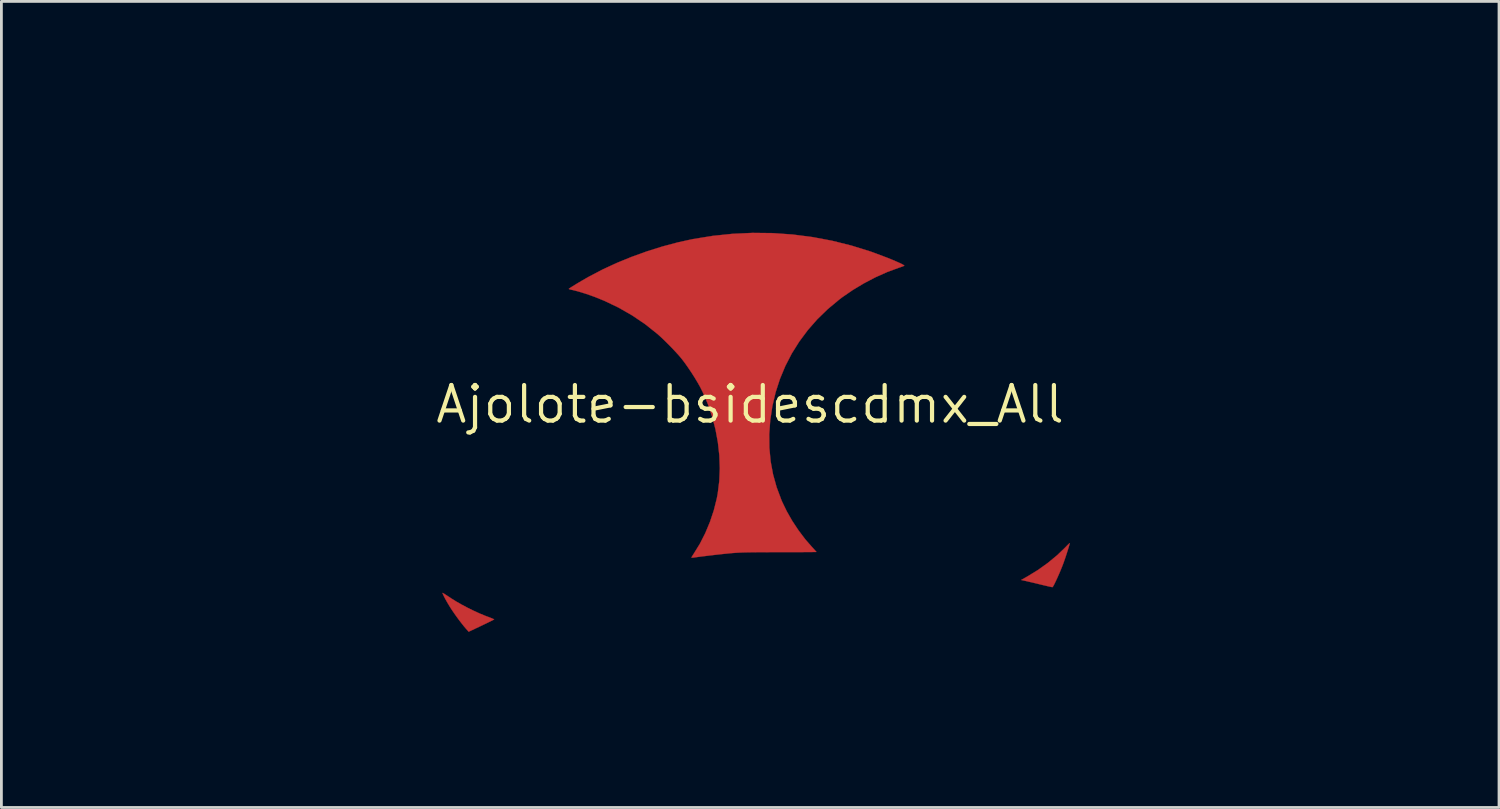
<source format=kicad_pcb>
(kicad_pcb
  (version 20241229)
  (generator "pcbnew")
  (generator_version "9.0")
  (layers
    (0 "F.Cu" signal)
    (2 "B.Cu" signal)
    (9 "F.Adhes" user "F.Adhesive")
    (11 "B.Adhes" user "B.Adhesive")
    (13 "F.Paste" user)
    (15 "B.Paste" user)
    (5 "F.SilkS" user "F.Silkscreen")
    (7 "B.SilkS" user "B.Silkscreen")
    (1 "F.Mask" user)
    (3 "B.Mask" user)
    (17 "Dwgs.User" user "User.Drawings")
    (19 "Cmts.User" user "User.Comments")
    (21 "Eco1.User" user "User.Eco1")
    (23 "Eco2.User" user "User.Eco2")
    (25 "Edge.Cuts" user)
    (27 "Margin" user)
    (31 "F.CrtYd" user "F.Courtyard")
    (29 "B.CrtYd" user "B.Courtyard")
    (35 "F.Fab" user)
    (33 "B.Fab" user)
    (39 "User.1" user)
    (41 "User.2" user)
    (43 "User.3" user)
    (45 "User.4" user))
  (footprint "Ajolote-bsidescdmx_All"
    (layer "F.Cu")
    (at 23.75 11.397)
    (property "Reference" "Ajolote-bsidescdmx_All" (at 0 0 0) (layer "F.SilkS") (effects (font (size 1.27 1.27) (thickness 0.15))))
    (attr through_hole)
    (fp_poly (pts (xy 11.418 4.98) (xy 11.403 5.036) (xy 11.379 5.118) (xy 11.348 5.218) (xy 11.312 5.331) (xy 11.274 5.448) (xy 11.234 5.563) (xy 11.197 5.669) (xy 11.185 5.701) (xy 11.142 5.812) (xy 11.093 5.932) (xy 11.04 6.057) (xy 10.986 6.179) (xy 10.934 6.292) (xy 10.887 6.39) (xy 10.848 6.467) (xy 10.819 6.516) (xy 10.805 6.531) (xy 10.779 6.528) (xy 10.718 6.516) (xy 10.631 6.496) (xy 10.523 6.471) (xy 10.414 6.445) (xy 10.279 6.412) (xy 10.143 6.379) (xy 10.018 6.35) (xy 9.915 6.326) (xy 9.864 6.314) (xy 9.685 6.275) (xy 9.907 6.15) (xy 10.281 5.921) (xy 10.639 5.665) (xy 10.972 5.39) (xy 11.248 5.125) (xy 11.314 5.057) (xy 11.369 5.002) (xy 11.407 4.968) (xy 11.42 4.958) (xy 11.418 4.98)) (stroke (width 0.01) (type solid)) (fill yes) (layer "F.Cu"))
    (fp_poly (pts (xy -10.984 6.736) (xy -10.957 6.751) (xy -10.901 6.786) (xy -10.824 6.836) (xy -10.732 6.896) (xy -10.679 6.932) (xy -10.509 7.039) (xy -10.311 7.152) (xy -10.095 7.267) (xy -9.873 7.376) (xy -9.656 7.475) (xy -9.455 7.558) (xy -9.403 7.577) (xy -9.307 7.613) (xy -9.226 7.645) (xy -9.17 7.669) (xy -9.145 7.682) (xy -9.144 7.683) (xy -9.162 7.695) (xy -9.214 7.722) (xy -9.293 7.761) (xy -9.395 7.811) (xy -9.514 7.868) (xy -9.599 7.909) (xy -10.054 8.124) (xy -10.152 8.015) (xy -10.224 7.93) (xy -10.312 7.819) (xy -10.409 7.692) (xy -10.507 7.558) (xy -10.598 7.428) (xy -10.677 7.311) (xy -10.703 7.271) (xy -10.77 7.161) (xy -10.834 7.053) (xy -10.89 6.952) (xy -10.936 6.864) (xy -10.969 6.795) (xy -10.987 6.75) (xy -10.985 6.735) (xy -10.984 6.736)) (stroke (width 0.01) (type solid)) (fill yes) (layer "F.Cu"))
    (fp_poly (pts (xy 0.807 -6.118) (xy 1.52 -6.068) (xy 2.228 -5.977) (xy 2.93 -5.845) (xy 3.624 -5.672) (xy 4.309 -5.459) (xy 4.897 -5.24) (xy 5.072 -5.169) (xy 5.221 -5.105) (xy 5.343 -5.051) (xy 5.433 -5.007) (xy 5.49 -4.975) (xy 5.511 -4.956) (xy 5.51 -4.953) (xy 5.483 -4.94) (xy 5.426 -4.919) (xy 5.35 -4.892) (xy 5.313 -4.88) (xy 4.9 -4.728) (xy 4.482 -4.541) (xy 4.069 -4.325) (xy 3.669 -4.085) (xy 3.292 -3.826) (xy 3.186 -3.745) (xy 2.777 -3.405) (xy 2.402 -3.041) (xy 2.063 -2.654) (xy 1.759 -2.246) (xy 1.491 -1.819) (xy 1.26 -1.372) (xy 1.067 -0.909) (xy 0.912 -0.43) (xy 0.796 0.064) (xy 0.72 0.572) (xy 0.684 1.069) (xy 0.689 1.556) (xy 0.734 2.034) (xy 0.821 2.504) (xy 0.95 2.966) (xy 1.121 3.422) (xy 1.141 3.47) (xy 1.308 3.816) (xy 1.506 4.164) (xy 1.73 4.502) (xy 1.97 4.82) (xy 2.209 5.094) (xy 2.273 5.163) (xy 2.326 5.221) (xy 2.36 5.26) (xy 2.371 5.273) (xy 2.35 5.275) (xy 2.291 5.276) (xy 2.196 5.277) (xy 2.07 5.278) (xy 1.916 5.279) (xy 1.737 5.28) (xy 1.538 5.281) (xy 1.321 5.281) (xy 1.091 5.281) (xy 1.042 5.281) (xy 0.755 5.281) (xy 0.507 5.282) (xy 0.292 5.283) (xy 0.106 5.285) (xy -0.053 5.287) (xy -0.192 5.29) (xy -0.313 5.294) (xy -0.422 5.299) (xy -0.521 5.305) (xy -0.616 5.312) (xy -0.699 5.319) (xy -0.846 5.334) (xy -1.014 5.351) (xy -1.194 5.371) (xy -1.377 5.392) (xy -1.556 5.414) (xy -1.721 5.434) (xy -1.865 5.453) (xy -1.977 5.469) (xy -2.008 5.474) (xy -2.062 5.479) (xy -2.093 5.476) (xy -2.095 5.473) (xy -2.084 5.45) (xy -2.055 5.402) (xy -2.015 5.339) (xy -2.014 5.338) (xy -1.796 4.985) (xy -1.602 4.603) (xy -1.434 4.201) (xy -1.296 3.787) (xy -1.191 3.37) (xy -1.156 3.185) (xy -1.101 2.743) (xy -1.082 2.288) (xy -1.099 1.823) (xy -1.151 1.356) (xy -1.237 0.891) (xy -1.357 0.434) (xy -1.508 -0.01) (xy -1.691 -0.434) (xy -1.781 -0.614) (xy -1.87 -0.773) (xy -1.978 -0.953) (xy -2.098 -1.141) (xy -2.222 -1.325) (xy -2.342 -1.494) (xy -2.446 -1.63) (xy -2.542 -1.744) (xy -2.662 -1.876) (xy -2.797 -2.02) (xy -2.94 -2.165) (xy -3.082 -2.305) (xy -3.214 -2.429) (xy -3.313 -2.517) (xy -3.75 -2.865) (xy -4.212 -3.177) (xy -4.698 -3.456) (xy -5.209 -3.7) (xy -5.546 -3.837) (xy -5.706 -3.895) (xy -5.873 -3.952) (xy -6.038 -4.004) (xy -6.192 -4.048) (xy -6.323 -4.081) (xy -6.398 -4.097) (xy -6.448 -4.109) (xy -6.476 -4.122) (xy -6.477 -4.125) (xy -6.46 -4.141) (xy -6.411 -4.174) (xy -6.336 -4.221) (xy -6.241 -4.28) (xy -6.132 -4.346) (xy -6.013 -4.416) (xy -5.89 -4.487) (xy -5.769 -4.556) (xy -5.742 -4.571) (xy -5.268 -4.819) (xy -4.762 -5.053) (xy -4.231 -5.27) (xy -3.685 -5.467) (xy -3.133 -5.64) (xy -2.581 -5.787) (xy -2.053 -5.903) (xy -1.34 -6.019) (xy -0.625 -6.093) (xy 0.091 -6.126) (xy 0.807 -6.118)) (stroke (width 0.01) (type solid)) (fill yes) (layer "F.Cu"))
    (fp_poly (pts (xy -16.052 -10.541) (xy -15.871 -10.3) (xy -15.683 -10.09) (xy -15.49 -9.917) (xy -15.295 -9.781) (xy -15.266 -9.764) (xy -15.209 -9.736) (xy -15.119 -9.695) (xy -15.005 -9.645) (xy -14.873 -9.589) (xy -14.731 -9.53) (xy -14.633 -9.491) (xy -14.434 -9.41) (xy -14.269 -9.342) (xy -14.134 -9.283) (xy -14.024 -9.23) (xy -13.934 -9.182) (xy -13.86 -9.136) (xy -13.796 -9.09) (xy -13.737 -9.04) (xy -13.727 -9.031) (xy -13.686 -8.991) (xy -13.65 -8.95) (xy -13.616 -8.903) (xy -13.584 -8.847) (xy -13.551 -8.775) (xy -13.516 -8.685) (xy -13.476 -8.572) (xy -13.429 -8.431) (xy -13.375 -8.258) (xy -13.312 -8.054) (xy -13.22 -7.76) (xy -13.136 -7.504) (xy -13.06 -7.281) (xy -12.989 -7.088) (xy -12.923 -6.922) (xy -12.86 -6.778) (xy -12.822 -6.699) (xy -12.683 -6.445) (xy -12.539 -6.229) (xy -12.383 -6.044) (xy -12.212 -5.886) (xy -12.019 -5.749) (xy -11.801 -5.629) (xy -11.8 -5.629) (xy -11.68 -5.574) (xy -11.555 -5.527) (xy -11.42 -5.484) (xy -11.265 -5.445) (xy -11.085 -5.407) (xy -10.873 -5.368) (xy -10.806 -5.356) (xy -10.627 -5.325) (xy -10.472 -5.295) (xy -10.334 -5.264) (xy -10.204 -5.23) (xy -10.075 -5.189) (xy -9.941 -5.14) (xy -9.793 -5.08) (xy -9.625 -5.006) (xy -9.429 -4.918) (xy -9.347 -4.88) (xy -9.212 -4.815) (xy -9.069 -4.741) (xy -8.923 -4.661) (xy -8.781 -4.579) (xy -8.651 -4.5) (xy -8.538 -4.427) (xy -8.448 -4.364) (xy -8.388 -4.315) (xy -8.378 -4.304) (xy -8.363 -4.284) (xy -8.362 -4.265) (xy -8.378 -4.241) (xy -8.418 -4.204) (xy -8.486 -4.149) (xy -8.505 -4.134) (xy -8.868 -3.834) (xy -9.238 -3.504) (xy -9.607 -3.152) (xy -9.966 -2.788) (xy -10.304 -2.421) (xy -10.509 -2.185) (xy -10.584 -2.096) (xy -10.642 -2.033) (xy -10.691 -1.995) (xy -10.741 -1.977) (xy -10.803 -1.976) (xy -10.885 -1.99) (xy -10.997 -2.015) (xy -11.017 -2.02) (xy -11.367 -2.109) (xy -11.676 -2.209) (xy -11.946 -2.32) (xy -12.175 -2.443) (xy -12.366 -2.577) (xy -12.457 -2.658) (xy -12.514 -2.718) (xy -12.564 -2.779) (xy -12.611 -2.85) (xy -12.661 -2.94) (xy -12.721 -3.059) (xy -12.727 -3.07) (xy -12.789 -3.202) (xy -12.855 -3.351) (xy -12.916 -3.499) (xy -12.966 -3.629) (xy -12.967 -3.63) (xy -13.012 -3.754) (xy -13.06 -3.886) (xy -13.104 -4.011) (xy -13.139 -4.106) (xy -13.271 -4.433) (xy -13.419 -4.726) (xy -13.581 -4.982) (xy -13.755 -5.199) (xy -13.808 -5.254) (xy -13.933 -5.371) (xy -14.066 -5.475) (xy -14.215 -5.572) (xy -14.391 -5.668) (xy -14.506 -5.724) (xy -14.617 -5.779) (xy -14.701 -5.825) (xy -14.77 -5.873) (xy -14.837 -5.928) (xy -14.913 -6.001) (xy -14.929 -6.018) (xy -15.124 -6.239) (xy -15.307 -6.497) (xy -15.475 -6.788) (xy -15.626 -7.109) (xy -15.671 -7.218) (xy -15.737 -7.397) (xy -15.792 -7.57) (xy -15.837 -7.748) (xy -15.876 -7.942) (xy -15.91 -8.162) (xy -15.929 -8.302) (xy -15.951 -8.471) (xy -15.976 -8.662) (xy -16.003 -8.86) (xy -16.029 -9.044) (xy -16.043 -9.138) (xy -16.088 -9.463) (xy -16.123 -9.755) (xy -16.148 -10.013) (xy -16.163 -10.235) (xy -16.168 -10.418) (xy -16.167 -10.467) (xy -16.161 -10.7) (xy -16.052 -10.541)) (stroke (width 0.01) (type solid)) (fill yes) (layer "F.Mask"))
    (fp_poly (pts (xy 16.152 -11.315) (xy 16.159 -11.23) (xy 16.158 -11.108) (xy 16.15 -10.95) (xy 16.135 -10.76) (xy 16.113 -10.542) (xy 16.085 -10.298) (xy 16.051 -10.032) (xy 16.013 -9.757) (xy 15.991 -9.608) (xy 15.967 -9.434) (xy 15.942 -9.251) (xy 15.919 -9.076) (xy 15.906 -8.979) (xy 15.87 -8.726) (xy 15.831 -8.506) (xy 15.785 -8.308) (xy 15.729 -8.121) (xy 15.661 -7.936) (xy 15.577 -7.742) (xy 15.504 -7.588) (xy 15.355 -7.307) (xy 15.199 -7.062) (xy 15.033 -6.849) (xy 14.922 -6.729) (xy 14.843 -6.65) (xy 14.776 -6.591) (xy 14.711 -6.543) (xy 14.636 -6.499) (xy 14.538 -6.449) (xy 14.489 -6.425) (xy 14.294 -6.327) (xy 14.131 -6.232) (xy 13.991 -6.134) (xy 13.864 -6.027) (xy 13.787 -5.953) (xy 13.687 -5.846) (xy 13.596 -5.737) (xy 13.511 -5.62) (xy 13.431 -5.49) (xy 13.352 -5.344) (xy 13.272 -5.176) (xy 13.19 -4.982) (xy 13.101 -4.757) (xy 13.005 -4.497) (xy 12.982 -4.434) (xy 12.929 -4.29) (xy 12.868 -4.138) (xy 12.806 -3.989) (xy 12.749 -3.858) (xy 12.716 -3.789) (xy 12.659 -3.674) (xy 12.611 -3.588) (xy 12.565 -3.518) (xy 12.513 -3.454) (xy 12.447 -3.385) (xy 12.427 -3.365) (xy 12.302 -3.254) (xy 12.159 -3.155) (xy 11.99 -3.062) (xy 11.789 -2.972) (xy 11.726 -2.947) (xy 11.562 -2.888) (xy 11.367 -2.829) (xy 11.155 -2.773) (xy 10.938 -2.723) (xy 10.728 -2.682) (xy 10.573 -2.658) (xy 10.521 -2.654) (xy 10.486 -2.664) (xy 10.451 -2.696) (xy 10.417 -2.736) (xy 10.254 -2.931) (xy 10.061 -3.143) (xy 9.842 -3.368) (xy 9.603 -3.6) (xy 9.349 -3.834) (xy 9.086 -4.067) (xy 8.818 -4.292) (xy 8.551 -4.504) (xy 8.43 -4.597) (xy 8.336 -4.669) (xy 8.256 -4.732) (xy 8.195 -4.782) (xy 8.158 -4.815) (xy 8.149 -4.825) (xy 8.166 -4.854) (xy 8.214 -4.901) (xy 8.288 -4.962) (xy 8.382 -5.033) (xy 8.492 -5.11) (xy 8.549 -5.148) (xy 8.643 -5.205) (xy 8.767 -5.276) (xy 8.913 -5.355) (xy 9.075 -5.44) (xy 9.246 -5.527) (xy 9.419 -5.613) (xy 9.585 -5.693) (xy 9.74 -5.765) (xy 9.874 -5.825) (xy 9.982 -5.87) (xy 10.02 -5.883) (xy 10.113 -5.915) (xy 10.202 -5.942) (xy 10.295 -5.966) (xy 10.399 -5.99) (xy 10.521 -6.014) (xy 10.67 -6.041) (xy 10.854 -6.073) (xy 10.858 -6.074) (xy 10.996 -6.098) (xy 11.136 -6.126) (xy 11.265 -6.153) (xy 11.371 -6.179) (xy 11.419 -6.191) (xy 11.704 -6.293) (xy 11.962 -6.428) (xy 12.196 -6.597) (xy 12.406 -6.8) (xy 12.592 -7.037) (xy 12.756 -7.311) (xy 12.782 -7.361) (xy 12.834 -7.468) (xy 12.884 -7.575) (xy 12.931 -7.688) (xy 12.979 -7.811) (xy 13.029 -7.949) (xy 13.084 -8.108) (xy 13.144 -8.293) (xy 13.213 -8.509) (xy 13.282 -8.731) (xy 13.349 -8.948) (xy 13.407 -9.128) (xy 13.456 -9.276) (xy 13.499 -9.394) (xy 13.537 -9.489) (xy 13.572 -9.562) (xy 13.604 -9.619) (xy 13.637 -9.664) (xy 13.649 -9.678) (xy 13.702 -9.733) (xy 13.759 -9.784) (xy 13.825 -9.832) (xy 13.903 -9.88) (xy 13.999 -9.93) (xy 14.117 -9.986) (xy 14.262 -10.049) (xy 14.438 -10.121) (xy 14.632 -10.199) (xy 14.775 -10.256) (xy 14.912 -10.313) (xy 15.037 -10.366) (xy 15.141 -10.413) (xy 15.218 -10.449) (xy 15.246 -10.463) (xy 15.442 -10.594) (xy 15.638 -10.766) (xy 15.832 -10.977) (xy 16.023 -11.225) (xy 16.031 -11.236) (xy 16.14 -11.392) (xy 16.152 -11.315)) (stroke (width 0.01) (type solid)) (fill yes) (layer "F.Mask"))
    (fp_poly (pts (xy 22.707 -8.446) (xy 22.711 -8.41) (xy 22.712 -8.375) (xy 22.705 -8.287) (xy 22.685 -8.175) (xy 22.65 -8.037) (xy 22.602 -7.872) (xy 22.538 -7.679) (xy 22.459 -7.456) (xy 22.363 -7.201) (xy 22.251 -6.912) (xy 22.121 -6.589) (xy 21.974 -6.229) (xy 21.973 -6.225) (xy 21.859 -5.948) (xy 21.761 -5.705) (xy 21.678 -5.49) (xy 21.607 -5.297) (xy 21.548 -5.122) (xy 21.499 -4.958) (xy 21.459 -4.8) (xy 21.426 -4.644) (xy 21.399 -4.483) (xy 21.377 -4.313) (xy 21.357 -4.127) (xy 21.34 -3.92) (xy 21.326 -3.736) (xy 21.304 -3.471) (xy 21.282 -3.244) (xy 21.258 -3.049) (xy 21.23 -2.882) (xy 21.199 -2.738) (xy 21.162 -2.611) (xy 21.12 -2.497) (xy 21.073 -2.395) (xy 21.008 -2.278) (xy 20.936 -2.172) (xy 20.853 -2.073) (xy 20.755 -1.98) (xy 20.638 -1.889) (xy 20.498 -1.799) (xy 20.333 -1.706) (xy 20.138 -1.607) (xy 19.909 -1.501) (xy 19.674 -1.397) (xy 19.403 -1.277) (xy 19.154 -1.163) (xy 18.931 -1.056) (xy 18.738 -0.959) (xy 18.579 -0.872) (xy 18.503 -0.827) (xy 18.217 -0.636) (xy 17.968 -0.433) (xy 17.748 -0.212) (xy 17.552 0.033) (xy 17.375 0.31) (xy 17.267 0.508) (xy 17.203 0.636) (xy 17.144 0.763) (xy 17.085 0.896) (xy 17.026 1.042) (xy 16.961 1.21) (xy 16.888 1.406) (xy 16.845 1.524) (xy 16.766 1.741) (xy 16.696 1.923) (xy 16.634 2.074) (xy 16.577 2.201) (xy 16.522 2.307) (xy 16.467 2.399) (xy 16.409 2.481) (xy 16.345 2.559) (xy 16.293 2.617) (xy 16.13 2.766) (xy 15.929 2.907) (xy 15.688 3.039) (xy 15.409 3.164) (xy 15.089 3.28) (xy 14.729 3.389) (xy 14.616 3.419) (xy 14.389 3.474) (xy 14.15 3.523) (xy 13.907 3.565) (xy 13.667 3.6) (xy 13.438 3.627) (xy 13.226 3.643) (xy 13.04 3.65) (xy 12.887 3.645) (xy 12.887 3.645) (xy 12.809 3.638) (xy 12.809 3.2) (xy 12.804 2.891) (xy 12.788 2.602) (xy 12.759 2.322) (xy 12.716 2.039) (xy 12.656 1.74) (xy 12.592 1.46) (xy 12.458 0.976) (xy 12.297 0.497) (xy 12.104 0.017) (xy 11.877 -0.474) (xy 11.842 -0.545) (xy 11.775 -0.679) (xy 11.709 -0.81) (xy 11.648 -0.928) (xy 11.596 -1.026) (xy 11.558 -1.097) (xy 11.547 -1.116) (xy 11.471 -1.248) (xy 11.572 -1.312) (xy 11.749 -1.416) (xy 11.963 -1.528) (xy 12.206 -1.645) (xy 12.475 -1.765) (xy 12.763 -1.886) (xy 13.065 -2.005) (xy 13.377 -2.12) (xy 13.691 -2.23) (xy 14.003 -2.332) (xy 14.308 -2.424) (xy 14.372 -2.442) (xy 14.469 -2.469) (xy 14.562 -2.493) (xy 14.659 -2.516) (xy 14.764 -2.539) (xy 14.883 -2.563) (xy 15.023 -2.59) (xy 15.188 -2.62) (xy 15.384 -2.655) (xy 15.579 -2.689) (xy 15.741 -2.718) (xy 15.91 -2.75) (xy 16.075 -2.782) (xy 16.224 -2.813) (xy 16.345 -2.84) (xy 16.373 -2.846) (xy 16.786 -2.959) (xy 17.163 -3.091) (xy 17.503 -3.241) (xy 17.805 -3.409) (xy 18.07 -3.595) (xy 18.272 -3.774) (xy 18.402 -3.913) (xy 18.519 -4.059) (xy 18.627 -4.217) (xy 18.728 -4.394) (xy 18.824 -4.594) (xy 18.92 -4.822) (xy 19.018 -5.084) (xy 19.07 -5.236) (xy 19.12 -5.381) (xy 19.17 -5.521) (xy 19.216 -5.646) (xy 19.256 -5.751) (xy 19.287 -5.827) (xy 19.301 -5.857) (xy 19.39 -6.013) (xy 19.497 -6.156) (xy 19.625 -6.29) (xy 19.78 -6.422) (xy 19.966 -6.554) (xy 20.188 -6.691) (xy 20.204 -6.7) (xy 20.439 -6.843) (xy 20.686 -7.007) (xy 20.948 -7.195) (xy 21.23 -7.409) (xy 21.469 -7.599) (xy 21.685 -7.772) (xy 21.871 -7.92) (xy 22.03 -8.045) (xy 22.166 -8.149) (xy 22.28 -8.234) (xy 22.376 -8.301) (xy 22.457 -8.354) (xy 22.524 -8.393) (xy 22.582 -8.422) (xy 22.633 -8.441) (xy 22.648 -8.445) (xy 22.688 -8.455) (xy 22.707 -8.446)) (stroke (width 0.01) (type solid)) (fill yes) (layer "F.Mask"))
    (fp_poly (pts (xy -22.668 -7.747) (xy -22.586 -7.714) (xy -22.48 -7.654) (xy -22.348 -7.568) (xy -22.19 -7.454) (xy -22.003 -7.311) (xy -21.841 -7.182) (xy -21.613 -6.998) (xy -21.413 -6.839) (xy -21.237 -6.7) (xy -21.079 -6.579) (xy -20.936 -6.472) (xy -20.803 -6.376) (xy -20.675 -6.287) (xy -20.548 -6.203) (xy -20.418 -6.12) (xy -20.28 -6.034) (xy -20.193 -5.982) (xy -20.016 -5.873) (xy -19.872 -5.776) (xy -19.753 -5.688) (xy -19.653 -5.603) (xy -19.566 -5.516) (xy -19.506 -5.446) (xy -19.435 -5.353) (xy -19.37 -5.25) (xy -19.308 -5.13) (xy -19.246 -4.989) (xy -19.181 -4.819) (xy -19.11 -4.616) (xy -19.092 -4.561) (xy -19.046 -4.422) (xy -18.997 -4.283) (xy -18.95 -4.153) (xy -18.909 -4.044) (xy -18.879 -3.971) (xy -18.729 -3.664) (xy -18.556 -3.391) (xy -18.358 -3.148) (xy -18.131 -2.932) (xy -17.872 -2.741) (xy -17.578 -2.57) (xy -17.494 -2.529) (xy -17.305 -2.442) (xy -17.109 -2.363) (xy -16.9 -2.29) (xy -16.674 -2.222) (xy -16.427 -2.157) (xy -16.152 -2.095) (xy -15.846 -2.033) (xy -15.504 -1.971) (xy -15.423 -1.957) (xy -15.227 -1.923) (xy -15.05 -1.889) (xy -14.884 -1.855) (xy -14.726 -1.817) (xy -14.569 -1.775) (xy -14.409 -1.728) (xy -14.239 -1.672) (xy -14.055 -1.608) (xy -13.85 -1.532) (xy -13.62 -1.444) (xy -13.358 -1.341) (xy -13.229 -1.29) (xy -13.105 -1.241) (xy -12.964 -1.183) (xy -12.811 -1.12) (xy -12.649 -1.054) (xy -12.485 -0.986) (xy -12.323 -0.918) (xy -12.168 -0.853) (xy -12.024 -0.792) (xy -11.897 -0.737) (xy -11.79 -0.691) (xy -11.71 -0.656) (xy -11.66 -0.633) (xy -11.646 -0.625) (xy -11.653 -0.605) (xy -11.677 -0.556) (xy -11.715 -0.485) (xy -11.758 -0.409) (xy -11.982 0.007) (xy -12.188 0.445) (xy -12.371 0.895) (xy -12.53 1.35) (xy -12.66 1.801) (xy -12.759 2.239) (xy -12.783 2.371) (xy -12.811 2.544) (xy -12.834 2.7) (xy -12.851 2.847) (xy -12.863 2.994) (xy -12.871 3.15) (xy -12.876 3.323) (xy -12.878 3.522) (xy -12.878 3.709) (xy -12.876 4.339) (xy -13.111 4.336) (xy -13.233 4.333) (xy -13.365 4.327) (xy -13.486 4.32) (xy -13.536 4.315) (xy -13.834 4.278) (xy -14.144 4.225) (xy -14.459 4.156) (xy -14.77 4.075) (xy -15.071 3.983) (xy -15.354 3.883) (xy -15.612 3.777) (xy -15.837 3.667) (xy -15.884 3.64) (xy -16.101 3.498) (xy -16.283 3.338) (xy -16.437 3.154) (xy -16.569 2.939) (xy -16.594 2.889) (xy -16.627 2.817) (xy -16.671 2.713) (xy -16.721 2.588) (xy -16.774 2.451) (xy -16.826 2.31) (xy -16.835 2.286) (xy -16.911 2.077) (xy -16.977 1.9) (xy -17.036 1.749) (xy -17.091 1.615) (xy -17.146 1.491) (xy -17.202 1.371) (xy -17.264 1.245) (xy -17.284 1.206) (xy -17.387 1.011) (xy -17.485 0.846) (xy -17.582 0.702) (xy -17.688 0.569) (xy -17.807 0.437) (xy -17.864 0.38) (xy -18 0.252) (xy -18.147 0.129) (xy -18.311 0.01) (xy -18.493 -0.108) (xy -18.699 -0.226) (xy -18.932 -0.349) (xy -19.195 -0.476) (xy -19.492 -0.612) (xy -19.717 -0.71) (xy -19.973 -0.822) (xy -20.192 -0.925) (xy -20.379 -1.02) (xy -20.537 -1.111) (xy -20.67 -1.199) (xy -20.782 -1.288) (xy -20.877 -1.38) (xy -20.958 -1.478) (xy -21.03 -1.585) (xy -21.046 -1.611) (xy -21.1 -1.711) (xy -21.147 -1.818) (xy -21.187 -1.935) (xy -21.222 -2.067) (xy -21.252 -2.22) (xy -21.278 -2.398) (xy -21.302 -2.606) (xy -21.325 -2.849) (xy -21.337 -2.993) (xy -21.355 -3.221) (xy -21.373 -3.423) (xy -21.392 -3.604) (xy -21.413 -3.769) (xy -21.438 -3.924) (xy -21.468 -4.072) (xy -21.505 -4.221) (xy -21.549 -4.374) (xy -21.602 -4.536) (xy -21.665 -4.714) (xy -21.74 -4.911) (xy -21.828 -5.133) (xy -21.931 -5.386) (xy -22.016 -5.594) (xy -22.153 -5.928) (xy -22.272 -6.226) (xy -22.375 -6.491) (xy -22.464 -6.726) (xy -22.538 -6.932) (xy -22.598 -7.113) (xy -22.646 -7.271) (xy -22.683 -7.409) (xy -22.709 -7.529) (xy -22.725 -7.634) (xy -22.726 -7.646) (xy -22.739 -7.767) (xy -22.668 -7.747)) (stroke (width 0.01) (type solid)) (fill yes) (layer "F.Mask"))
    (fp_poly (pts (xy -23.329 0.916) (xy -23.185 0.922) (xy -23.038 0.934) (xy -22.896 0.951) (xy -22.77 0.973) (xy -22.45 1.056) (xy -22.139 1.166) (xy -21.845 1.299) (xy -21.579 1.45) (xy -21.549 1.47) (xy -21.428 1.558) (xy -21.295 1.671) (xy -21.147 1.812) (xy -20.981 1.982) (xy -20.795 2.184) (xy -20.732 2.254) (xy -20.555 2.45) (xy -20.398 2.617) (xy -20.255 2.76) (xy -20.12 2.884) (xy -19.988 2.993) (xy -19.854 3.092) (xy -19.712 3.187) (xy -19.605 3.253) (xy -19.356 3.386) (xy -19.079 3.503) (xy -18.787 3.6) (xy -18.752 3.609) (xy -18.674 3.631) (xy -18.602 3.653) (xy -18.529 3.677) (xy -18.453 3.704) (xy -18.37 3.736) (xy -18.275 3.775) (xy -18.164 3.823) (xy -18.035 3.881) (xy -17.882 3.95) (xy -17.701 4.033) (xy -17.49 4.132) (xy -17.304 4.218) (xy -16.889 4.411) (xy -16.51 4.585) (xy -16.165 4.742) (xy -15.85 4.882) (xy -15.565 5.006) (xy -15.307 5.116) (xy -15.073 5.211) (xy -14.862 5.293) (xy -14.672 5.363) (xy -14.499 5.42) (xy -14.343 5.467) (xy -14.2 5.504) (xy -14.069 5.532) (xy -13.948 5.551) (xy -13.833 5.562) (xy -13.724 5.567) (xy -13.697 5.567) (xy -13.615 5.565) (xy -13.543 5.56) (xy -13.471 5.547) (xy -13.388 5.527) (xy -13.282 5.495) (xy -13.206 5.471) (xy -13.063 5.428) (xy -12.937 5.395) (xy -12.835 5.375) (xy -12.761 5.367) (xy -12.72 5.373) (xy -12.716 5.377) (xy -12.708 5.4) (xy -12.693 5.457) (xy -12.672 5.54) (xy -12.646 5.643) (xy -12.63 5.708) (xy -12.484 6.223) (xy -12.302 6.728) (xy -12.086 7.218) (xy -11.838 7.687) (xy -11.561 8.13) (xy -11.414 8.339) (xy -11.353 8.424) (xy -11.317 8.482) (xy -11.304 8.517) (xy -11.31 8.534) (xy -11.311 8.534) (xy -11.359 8.551) (xy -11.439 8.568) (xy -11.542 8.584) (xy -11.656 8.598) (xy -11.771 8.609) (xy -11.878 8.614) (xy -11.914 8.615) (xy -12.083 8.607) (xy -12.238 8.584) (xy -12.394 8.54) (xy -12.555 8.48) (xy -12.731 8.416) (xy -12.904 8.373) (xy -13.089 8.349) (xy -13.298 8.34) (xy -13.329 8.34) (xy -13.463 8.342) (xy -13.591 8.349) (xy -13.717 8.363) (xy -13.847 8.384) (xy -13.988 8.414) (xy -14.144 8.454) (xy -14.322 8.506) (xy -14.527 8.57) (xy -14.765 8.648) (xy -14.8 8.659) (xy -15.024 8.733) (xy -15.215 8.793) (xy -15.377 8.841) (xy -15.516 8.877) (xy -15.637 8.905) (xy -15.747 8.924) (xy -15.85 8.936) (xy -15.953 8.942) (xy -15.96 8.942) (xy -16.058 8.945) (xy -16.145 8.945) (xy -16.21 8.943) (xy -16.235 8.94) (xy -16.423 8.887) (xy -16.624 8.799) (xy -16.834 8.678) (xy -16.954 8.596) (xy -17.028 8.542) (xy -17.103 8.484) (xy -17.181 8.42) (xy -17.268 8.346) (xy -17.366 8.258) (xy -17.48 8.153) (xy -17.614 8.029) (xy -17.771 7.88) (xy -17.913 7.745) (xy -18.037 7.628) (xy -18.163 7.512) (xy -18.284 7.403) (xy -18.393 7.307) (xy -18.484 7.23) (xy -18.545 7.181) (xy -18.836 6.982) (xy -19.136 6.819) (xy -19.454 6.69) (xy -19.797 6.589) (xy -19.821 6.583) (xy -19.956 6.551) (xy -20.11 6.514) (xy -20.262 6.478) (xy -20.357 6.455) (xy -20.62 6.379) (xy -20.847 6.283) (xy -21.038 6.168) (xy -21.143 6.083) (xy -21.217 6.009) (xy -21.277 5.936) (xy -21.314 5.875) (xy -21.314 5.875) (xy -21.342 5.801) (xy -21.372 5.702) (xy -21.405 5.575) (xy -21.443 5.416) (xy -21.485 5.225) (xy -21.532 4.997) (xy -21.585 4.73) (xy -21.589 4.706) (xy -21.641 4.446) (xy -21.688 4.223) (xy -21.732 4.033) (xy -21.773 3.871) (xy -21.812 3.734) (xy -21.852 3.616) (xy -21.893 3.512) (xy -21.908 3.477) (xy -21.977 3.344) (xy -22.065 3.208) (xy -22.174 3.067) (xy -22.308 2.918) (xy -22.469 2.758) (xy -22.661 2.582) (xy -22.881 2.392) (xy -22.997 2.294) (xy -23.109 2.197) (xy -23.212 2.106) (xy -23.299 2.028) (xy -23.362 1.97) (xy -23.376 1.956) (xy -23.528 1.782) (xy -23.639 1.607) (xy -23.711 1.428) (xy -23.743 1.241) (xy -23.745 1.132) (xy -23.738 0.965) (xy -23.643 0.936) (xy -23.568 0.922) (xy -23.46 0.916) (xy -23.329 0.916)) (stroke (width 0.01) (type solid)) (fill yes) (layer "F.Mask"))
    (fp_poly (pts (xy 23.518 0.21) (xy 23.672 0.236) (xy 23.755 0.257) (xy 23.744 0.462) (xy 23.734 0.584) (xy 23.715 0.695) (xy 23.684 0.799) (xy 23.639 0.9) (xy 23.576 1.002) (xy 23.494 1.108) (xy 23.389 1.222) (xy 23.258 1.349) (xy 23.099 1.491) (xy 22.909 1.654) (xy 22.871 1.687) (xy 22.684 1.846) (xy 22.52 1.99) (xy 22.377 2.123) (xy 22.253 2.251) (xy 22.145 2.376) (xy 22.051 2.503) (xy 21.97 2.637) (xy 21.899 2.781) (xy 21.835 2.94) (xy 21.777 3.118) (xy 21.722 3.318) (xy 21.668 3.547) (xy 21.613 3.806) (xy 21.555 4.101) (xy 21.526 4.255) (xy 21.474 4.52) (xy 21.425 4.745) (xy 21.38 4.929) (xy 21.338 5.073) (xy 21.299 5.179) (xy 21.291 5.197) (xy 21.241 5.271) (xy 21.16 5.354) (xy 21.056 5.44) (xy 20.935 5.523) (xy 20.849 5.573) (xy 20.753 5.62) (xy 20.64 5.664) (xy 20.504 5.708) (xy 20.339 5.753) (xy 20.14 5.8) (xy 20.045 5.822) (xy 19.793 5.881) (xy 19.574 5.942) (xy 19.377 6.009) (xy 19.194 6.084) (xy 19.123 6.116) (xy 18.998 6.177) (xy 18.881 6.241) (xy 18.766 6.312) (xy 18.649 6.391) (xy 18.527 6.483) (xy 18.394 6.591) (xy 18.248 6.718) (xy 18.083 6.867) (xy 17.896 7.042) (xy 17.767 7.165) (xy 17.606 7.318) (xy 17.47 7.446) (xy 17.355 7.552) (xy 17.257 7.64) (xy 17.17 7.715) (xy 17.09 7.78) (xy 17.012 7.84) (xy 16.932 7.899) (xy 16.923 7.906) (xy 16.731 8.031) (xy 16.546 8.129) (xy 16.374 8.196) (xy 16.362 8.2) (xy 16.275 8.219) (xy 16.163 8.235) (xy 16.044 8.244) (xy 15.934 8.247) (xy 15.847 8.242) (xy 15.843 8.242) (xy 15.73 8.223) (xy 15.612 8.198) (xy 15.482 8.166) (xy 15.335 8.125) (xy 15.164 8.073) (xy 14.963 8.009) (xy 14.867 7.978) (xy 14.616 7.897) (xy 14.4 7.829) (xy 14.214 7.774) (xy 14.051 7.73) (xy 13.908 7.695) (xy 13.778 7.67) (xy 13.657 7.652) (xy 13.54 7.641) (xy 13.421 7.635) (xy 13.324 7.634) (xy 13.122 7.639) (xy 12.944 7.66) (xy 12.775 7.698) (xy 12.597 7.757) (xy 12.535 7.782) (xy 12.367 7.844) (xy 12.218 7.885) (xy 12.074 7.908) (xy 11.92 7.916) (xy 11.897 7.916) (xy 11.78 7.913) (xy 11.663 7.904) (xy 11.557 7.892) (xy 11.472 7.876) (xy 11.417 7.858) (xy 11.413 7.855) (xy 11.41 7.836) (xy 11.427 7.79) (xy 11.466 7.717) (xy 11.527 7.612) (xy 11.569 7.544) (xy 11.662 7.387) (xy 11.763 7.206) (xy 11.868 7.009) (xy 11.97 6.808) (xy 12.065 6.614) (xy 12.146 6.436) (xy 12.201 6.308) (xy 12.253 6.174) (xy 12.307 6.022) (xy 12.364 5.856) (xy 12.42 5.683) (xy 12.474 5.509) (xy 12.525 5.339) (xy 12.57 5.181) (xy 12.607 5.039) (xy 12.636 4.92) (xy 12.653 4.83) (xy 12.658 4.782) (xy 12.669 4.752) (xy 12.708 4.742) (xy 12.72 4.741) (xy 12.778 4.745) (xy 12.867 4.754) (xy 12.978 4.768) (xy 13.101 4.785) (xy 13.225 4.804) (xy 13.341 4.823) (xy 13.43 4.84) (xy 13.631 4.863) (xy 13.851 4.855) (xy 14.094 4.817) (xy 14.224 4.786) (xy 14.356 4.75) (xy 14.491 4.71) (xy 14.631 4.665) (xy 14.78 4.614) (xy 14.94 4.554) (xy 15.114 4.487) (xy 15.305 4.409) (xy 15.515 4.32) (xy 15.747 4.219) (xy 16.004 4.105) (xy 16.289 3.977) (xy 16.603 3.834) (xy 16.951 3.673) (xy 17.293 3.514) (xy 17.531 3.404) (xy 17.734 3.31) (xy 17.906 3.231) (xy 18.053 3.165) (xy 18.177 3.11) (xy 18.283 3.065) (xy 18.374 3.028) (xy 18.455 2.997) (xy 18.529 2.971) (xy 18.601 2.948) (xy 18.675 2.926) (xy 18.731 2.911) (xy 19.081 2.797) (xy 19.407 2.654) (xy 19.715 2.478) (xy 20.011 2.265) (xy 20.209 2.098) (xy 20.266 2.045) (xy 20.344 1.965) (xy 20.44 1.866) (xy 20.546 1.753) (xy 20.657 1.632) (xy 20.754 1.525) (xy 20.917 1.346) (xy 21.058 1.195) (xy 21.183 1.068) (xy 21.296 0.962) (xy 21.402 0.872) (xy 21.507 0.793) (xy 21.614 0.722) (xy 21.73 0.655) (xy 21.859 0.586) (xy 21.863 0.584) (xy 22.099 0.475) (xy 22.346 0.383) (xy 22.597 0.308) (xy 22.847 0.252) (xy 23.088 0.216) (xy 23.314 0.202) (xy 23.518 0.21)) (stroke (width 0.01) (type solid)) (fill yes) (layer "F.Mask"))
    (fp_poly (pts (xy -7.185 -2.2) (xy -6.926 -2.161) (xy -6.637 -2.095) (xy -6.556 -2.072) (xy -6.144 -1.936) (xy -5.746 -1.763) (xy -5.364 -1.555) (xy -5.001 -1.316) (xy -4.663 -1.047) (xy -4.352 -0.751) (xy -4.072 -0.432) (xy -3.867 -0.152) (xy -3.779 -0.011) (xy -3.686 0.159) (xy -3.592 0.344) (xy -3.505 0.533) (xy -3.43 0.713) (xy -3.377 0.857) (xy -3.271 1.237) (xy -3.2 1.625) (xy -3.163 2.014) (xy -3.162 2.398) (xy -3.197 2.774) (xy -3.267 3.134) (xy -3.295 3.239) (xy -3.421 3.607) (xy -3.584 3.96) (xy -3.78 4.295) (xy -4.007 4.608) (xy -4.262 4.897) (xy -4.542 5.158) (xy -4.845 5.389) (xy -5.168 5.586) (xy -5.509 5.747) (xy -5.534 5.757) (xy -5.765 5.834) (xy -6.026 5.897) (xy -6.305 5.943) (xy -6.593 5.972) (xy -6.879 5.98) (xy -7.027 5.976) (xy -7.432 5.94) (xy -7.826 5.872) (xy -8.207 5.774) (xy -8.571 5.648) (xy -8.914 5.495) (xy -9.234 5.317) (xy -9.525 5.114) (xy -9.786 4.89) (xy -9.963 4.702) (xy -10.17 4.436) (xy -10.343 4.156) (xy -10.483 3.858) (xy -10.594 3.536) (xy -10.672 3.214) (xy -10.689 3.123) (xy -10.701 3.038) (xy -10.71 2.951) (xy -10.716 2.852) (xy -10.717 2.809) (xy -8.243 2.809) (xy -8.237 2.962) (xy -8.222 3.099) (xy -8.206 3.175) (xy -8.12 3.42) (xy -7.999 3.647) (xy -7.846 3.851) (xy -7.665 4.028) (xy -7.459 4.176) (xy -7.233 4.291) (xy -7.027 4.359) (xy -6.854 4.39) (xy -6.659 4.402) (xy -6.461 4.394) (xy -6.275 4.366) (xy -6.247 4.36) (xy -6.011 4.282) (xy -5.791 4.169) (xy -5.59 4.023) (xy -5.413 3.849) (xy -5.263 3.652) (xy -5.145 3.435) (xy -5.063 3.203) (xy -5.047 3.134) (xy -5.024 2.976) (xy -5.017 2.798) (xy -5.025 2.617) (xy -5.047 2.452) (xy -5.059 2.401) (xy -5.132 2.182) (xy -5.238 1.971) (xy -5.37 1.777) (xy -5.523 1.608) (xy -5.633 1.514) (xy -5.775 1.42) (xy -5.938 1.332) (xy -6.106 1.259) (xy -6.244 1.213) (xy -6.362 1.191) (xy -6.506 1.179) (xy -6.662 1.176) (xy -6.816 1.183) (xy -6.952 1.199) (xy -7.026 1.215) (xy -7.277 1.305) (xy -7.507 1.43) (xy -7.711 1.587) (xy -7.888 1.774) (xy -8.035 1.987) (xy -8.149 2.224) (xy -8.205 2.393) (xy -8.227 2.51) (xy -8.24 2.653) (xy -8.243 2.809) (xy -10.717 2.809) (xy -10.718 2.732) (xy -10.719 2.581) (xy -10.719 2.529) (xy -10.717 2.326) (xy -10.711 2.153) (xy -10.698 1.998) (xy -10.678 1.849) (xy -10.648 1.692) (xy -10.612 1.533) (xy -9.353 1.533) (xy -9.342 1.667) (xy -9.325 1.724) (xy -9.271 1.819) (xy -9.195 1.885) (xy -9.133 1.911) (xy -9.047 1.914) (xy -8.946 1.881) (xy -8.849 1.824) (xy -8.793 1.779) (xy -8.718 1.711) (xy -8.634 1.626) (xy -8.547 1.534) (xy -8.521 1.504) (xy -8.349 1.311) (xy -8.201 1.147) (xy -8.071 1.011) (xy -7.957 0.899) (xy -7.856 0.809) (xy -7.762 0.736) (xy -7.673 0.679) (xy -7.585 0.634) (xy -7.495 0.599) (xy -7.399 0.569) (xy -7.377 0.564) (xy -7.313 0.549) (xy -7.217 0.529) (xy -7.1 0.507) (xy -6.971 0.483) (xy -6.879 0.466) (xy -6.686 0.431) (xy -6.529 0.399) (xy -6.403 0.367) (xy -6.301 0.336) (xy -6.218 0.302) (xy -6.147 0.264) (xy -6.134 0.256) (xy -6.037 0.172) (xy -5.975 0.068) (xy -5.95 -0.051) (xy -5.963 -0.181) (xy -6.013 -0.318) (xy -6.024 -0.339) (xy -6.122 -0.475) (xy -6.252 -0.585) (xy -6.415 -0.67) (xy -6.609 -0.729) (xy -6.832 -0.761) (xy -7.006 -0.768) (xy -7.3 -0.747) (xy -7.582 -0.686) (xy -7.85 -0.586) (xy -8.104 -0.447) (xy -8.341 -0.27) (xy -8.56 -0.057) (xy -8.718 0.135) (xy -8.874 0.358) (xy -9.011 0.58) (xy -9.127 0.796) (xy -9.221 1.003) (xy -9.291 1.198) (xy -9.335 1.375) (xy -9.353 1.533) (xy -10.612 1.533) (xy -10.609 1.517) (xy -10.582 1.412) (xy -10.48 1.061) (xy -10.349 0.711) (xy -10.195 0.366) (xy -10.019 0.027) (xy -9.823 -0.3) (xy -9.611 -0.613) (xy -9.384 -0.908) (xy -9.146 -1.182) (xy -8.9 -1.432) (xy -8.647 -1.655) (xy -8.39 -1.846) (xy -8.133 -2.003) (xy -7.877 -2.122) (xy -7.8 -2.151) (xy -7.62 -2.194) (xy -7.416 -2.211) (xy -7.185 -2.2)) (stroke (width 0.01) (type solid)) (fill yes) (layer "F.Mask"))
    (fp_poly (pts (xy 7.395 -3.167) (xy 7.546 -3.145) (xy 7.751 -3.08) (xy 7.969 -2.978) (xy 8.194 -2.842) (xy 8.425 -2.676) (xy 8.658 -2.481) (xy 8.89 -2.262) (xy 9.116 -2.019) (xy 9.335 -1.758) (xy 9.541 -1.48) (xy 9.616 -1.371) (xy 9.858 -0.981) (xy 10.066 -0.584) (xy 10.24 -0.185) (xy 10.379 0.216) (xy 10.484 0.616) (xy 10.554 1.012) (xy 10.589 1.403) (xy 10.587 1.784) (xy 10.55 2.155) (xy 10.476 2.512) (xy 10.365 2.854) (xy 10.275 3.061) (xy 10.112 3.355) (xy 9.912 3.633) (xy 9.679 3.893) (xy 9.417 4.129) (xy 9.13 4.337) (xy 8.956 4.443) (xy 8.583 4.629) (xy 8.189 4.78) (xy 7.779 4.894) (xy 7.357 4.971) (xy 6.926 5.009) (xy 6.689 5.013) (xy 6.566 5.012) (xy 6.455 5.009) (xy 6.362 5.007) (xy 6.298 5.004) (xy 6.276 5.002) (xy 5.94 4.95) (xy 5.634 4.876) (xy 5.348 4.777) (xy 5.075 4.65) (xy 4.806 4.492) (xy 4.753 4.457) (xy 4.429 4.217) (xy 4.135 3.949) (xy 3.873 3.656) (xy 3.643 3.34) (xy 3.447 3.004) (xy 3.287 2.65) (xy 3.163 2.282) (xy 3.077 1.902) (xy 3.062 1.782) (xy 5.192 1.782) (xy 5.196 2.037) (xy 5.24 2.286) (xy 5.323 2.526) (xy 5.443 2.752) (xy 5.599 2.958) (xy 5.636 2.999) (xy 5.827 3.171) (xy 6.04 3.308) (xy 6.27 3.41) (xy 6.514 3.474) (xy 6.767 3.499) (xy 7.025 3.485) (xy 7.169 3.459) (xy 7.41 3.385) (xy 7.634 3.273) (xy 7.837 3.128) (xy 8.017 2.951) (xy 8.17 2.747) (xy 8.293 2.517) (xy 8.354 2.36) (xy 8.378 2.286) (xy 8.394 2.219) (xy 8.404 2.15) (xy 8.41 2.067) (xy 8.412 1.958) (xy 8.412 1.894) (xy 8.409 1.719) (xy 8.394 1.572) (xy 8.365 1.439) (xy 8.319 1.306) (xy 8.252 1.159) (xy 8.227 1.111) (xy 8.154 0.994) (xy 8.054 0.866) (xy 7.937 0.738) (xy 7.813 0.622) (xy 7.693 0.526) (xy 7.634 0.488) (xy 7.403 0.377) (xy 7.159 0.303) (xy 6.906 0.268) (xy 6.651 0.272) (xy 6.4 0.316) (xy 6.268 0.357) (xy 6.113 0.418) (xy 5.978 0.49) (xy 5.851 0.58) (xy 5.72 0.695) (xy 5.661 0.751) (xy 5.571 0.844) (xy 5.504 0.922) (xy 5.451 0.997) (xy 5.401 1.082) (xy 5.37 1.143) (xy 5.296 1.307) (xy 5.244 1.455) (xy 5.212 1.605) (xy 5.193 1.774) (xy 5.192 1.782) (xy 3.062 1.782) (xy 3.03 1.512) (xy 3.024 1.115) (xy 3.029 1.016) (xy 3.076 0.585) (xy 3.163 0.169) (xy 3.288 -0.232) (xy 3.45 -0.615) (xy 3.649 -0.98) (xy 3.883 -1.324) (xy 3.949 -1.404) (xy 5.588 -1.404) (xy 5.593 -1.32) (xy 5.596 -1.305) (xy 5.639 -1.217) (xy 5.72 -1.136) (xy 5.835 -1.064) (xy 5.979 -1.003) (xy 6.033 -0.987) (xy 6.092 -0.972) (xy 6.184 -0.953) (xy 6.298 -0.93) (xy 6.426 -0.906) (xy 6.53 -0.888) (xy 6.786 -0.838) (xy 7.002 -0.786) (xy 7.177 -0.731) (xy 7.314 -0.672) (xy 7.384 -0.631) (xy 7.5 -0.54) (xy 7.636 -0.415) (xy 7.79 -0.257) (xy 7.954 -0.074) (xy 8.095 0.086) (xy 8.22 0.223) (xy 8.326 0.334) (xy 8.411 0.417) (xy 8.473 0.469) (xy 8.475 0.471) (xy 8.54 0.51) (xy 8.612 0.542) (xy 8.676 0.56) (xy 8.717 0.56) (xy 8.765 0.551) (xy 8.775 0.55) (xy 8.807 0.537) (xy 8.855 0.504) (xy 8.877 0.486) (xy 8.942 0.401) (xy 8.977 0.288) (xy 8.983 0.149) (xy 8.96 -0.016) (xy 8.907 -0.204) (xy 8.826 -0.413) (xy 8.73 -0.615) (xy 8.607 -0.837) (xy 8.469 -1.053) (xy 8.323 -1.255) (xy 8.174 -1.436) (xy 8.027 -1.589) (xy 7.933 -1.671) (xy 7.805 -1.761) (xy 7.649 -1.851) (xy 7.477 -1.936) (xy 7.303 -2.008) (xy 7.14 -2.061) (xy 7.123 -2.066) (xy 6.955 -2.1) (xy 6.772 -2.12) (xy 6.588 -2.126) (xy 6.416 -2.117) (xy 6.267 -2.094) (xy 6.244 -2.088) (xy 6.053 -2.023) (xy 5.89 -1.937) (xy 5.759 -1.835) (xy 5.665 -1.717) (xy 5.647 -1.685) (xy 5.618 -1.605) (xy 5.598 -1.506) (xy 5.588 -1.404) (xy 3.949 -1.404) (xy 4.151 -1.647) (xy 4.453 -1.946) (xy 4.787 -2.22) (xy 5.152 -2.467) (xy 5.441 -2.633) (xy 5.699 -2.759) (xy 5.963 -2.871) (xy 6.228 -2.968) (xy 6.49 -3.047) (xy 6.743 -3.107) (xy 6.981 -3.149) (xy 7.2 -3.169) (xy 7.395 -3.167)) (stroke (width 0.01) (type solid)) (fill yes) (layer "F.Mask"))
    (fp_poly (pts (xy 0.802 6.456) (xy 1.56 6.467) (xy 2.35 6.497) (xy 3.167 6.547) (xy 4.005 6.615) (xy 4.86 6.701) (xy 5.727 6.805) (xy 6.599 6.926) (xy 7.473 7.064) (xy 8.343 7.217) (xy 8.795 7.304) (xy 9 7.344) (xy 9.199 7.385) (xy 9.389 7.424) (xy 9.565 7.461) (xy 9.722 7.495) (xy 9.857 7.525) (xy 9.965 7.549) (xy 10.041 7.568) (xy 10.082 7.58) (xy 10.088 7.583) (xy 10.08 7.603) (xy 10.047 7.65) (xy 9.993 7.718) (xy 9.923 7.802) (xy 9.84 7.899) (xy 9.749 8.003) (xy 9.653 8.11) (xy 9.558 8.214) (xy 9.466 8.312) (xy 9.384 8.396) (xy 8.955 8.797) (xy 8.493 9.172) (xy 8.001 9.52) (xy 7.478 9.84) (xy 6.926 10.132) (xy 6.347 10.395) (xy 5.742 10.629) (xy 5.111 10.833) (xy 4.456 11.007) (xy 3.778 11.15) (xy 3.514 11.196) (xy 3.265 11.236) (xy 3.036 11.27) (xy 2.822 11.299) (xy 2.615 11.324) (xy 2.411 11.344) (xy 2.204 11.36) (xy 1.986 11.372) (xy 1.753 11.382) (xy 1.498 11.389) (xy 1.215 11.394) (xy 0.899 11.397) (xy 0.741 11.397) (xy 0.519 11.398) (xy 0.307 11.399) (xy 0.109 11.399) (xy -0.072 11.399) (xy -0.23 11.399) (xy -0.36 11.399) (xy -0.46 11.398) (xy -0.523 11.397) (xy -0.54 11.396) (xy -0.602 11.392) (xy -0.697 11.387) (xy -0.816 11.381) (xy -0.948 11.373) (xy -1.069 11.366) (xy -1.898 11.307) (xy -2.699 11.223) (xy -3.47 11.115) (xy -4.212 10.983) (xy -4.923 10.826) (xy -5.602 10.646) (xy -6.25 10.442) (xy -6.865 10.215) (xy -7.446 9.965) (xy -7.994 9.691) (xy -8.507 9.395) (xy -8.885 9.146) (xy -8.963 9.09) (xy -8.97 9.085) (xy -7.15 9.085) (xy -7.141 9.265) (xy -7.134 9.305) (xy -7.102 9.444) (xy -7.056 9.583) (xy -6.999 9.712) (xy -6.936 9.825) (xy -6.871 9.914) (xy -6.807 9.971) (xy -6.789 9.981) (xy -6.68 10.008) (xy -6.573 9.999) (xy -6.503 9.97) (xy -6.418 9.899) (xy -6.369 9.81) (xy -6.354 9.699) (xy -6.355 9.668) (xy -6.357 9.603) (xy -6.354 9.558) (xy -6.349 9.546) (xy -6.325 9.555) (xy -6.272 9.577) (xy -6.198 9.61) (xy -6.153 9.631) (xy -5.812 9.769) (xy -5.448 9.873) (xy -5.063 9.944) (xy -4.66 9.982) (xy -4.244 9.986) (xy -3.817 9.956) (xy -3.45 9.904) (xy -3.261 9.868) (xy -3.076 9.828) (xy -2.89 9.78) (xy -2.696 9.724) (xy -2.491 9.657) (xy -2.267 9.578) (xy -2.018 9.485) (xy -1.741 9.376) (xy -1.598 9.319) (xy -1.287 9.195) (xy -1.01 9.087) (xy -0.763 8.994) (xy -0.541 8.915) (xy -0.341 8.849) (xy -0.156 8.794) (xy 0.015 8.749) (xy 0.179 8.713) (xy 0.34 8.685) (xy 0.501 8.663) (xy 0.667 8.646) (xy 0.801 8.636) (xy 1.166 8.627) (xy 1.551 8.648) (xy 1.944 8.698) (xy 2.336 8.776) (xy 2.418 8.796) (xy 2.492 8.816) (xy 2.598 8.847) (xy 2.732 8.888) (xy 2.885 8.937) (xy 3.052 8.99) (xy 3.225 9.047) (xy 3.327 9.081) (xy 3.591 9.168) (xy 3.819 9.242) (xy 4.017 9.304) (xy 4.188 9.354) (xy 4.339 9.395) (xy 4.472 9.426) (xy 4.593 9.449) (xy 4.706 9.466) (xy 4.817 9.477) (xy 4.928 9.482) (xy 5.046 9.485) (xy 5.069 9.485) (xy 5.255 9.482) (xy 5.42 9.47) (xy 5.584 9.449) (xy 5.766 9.416) (xy 5.8 9.409) (xy 6.031 9.352) (xy 6.282 9.274) (xy 6.538 9.18) (xy 6.785 9.076) (xy 7.011 8.968) (xy 7.091 8.924) (xy 7.292 8.811) (xy 7.303 8.92) (xy 7.327 9.034) (xy 7.376 9.12) (xy 7.432 9.167) (xy 7.543 9.21) (xy 7.645 9.215) (xy 7.74 9.181) (xy 7.83 9.108) (xy 7.918 8.994) (xy 7.975 8.894) (xy 8.057 8.714) (xy 8.11 8.531) (xy 8.127 8.44) (xy 8.136 8.258) (xy 8.105 8.081) (xy 8.036 7.914) (xy 7.932 7.761) (xy 7.796 7.626) (xy 7.629 7.514) (xy 7.571 7.484) (xy 7.417 7.421) (xy 7.236 7.367) (xy 7.042 7.324) (xy 6.851 7.297) (xy 6.763 7.29) (xy 6.663 7.285) (xy 6.595 7.286) (xy 6.547 7.292) (xy 6.51 7.306) (xy 6.481 7.323) (xy 6.415 7.384) (xy 6.365 7.469) (xy 6.338 7.561) (xy 6.338 7.632) (xy 6.368 7.709) (xy 6.423 7.787) (xy 6.488 7.846) (xy 6.504 7.856) (xy 6.542 7.868) (xy 6.611 7.883) (xy 6.701 7.898) (xy 6.769 7.908) (xy 6.862 7.921) (xy 6.938 7.934) (xy 6.989 7.944) (xy 7.004 7.949) (xy 6.996 7.969) (xy 6.957 8.005) (xy 6.892 8.055) (xy 6.808 8.115) (xy 6.71 8.181) (xy 6.603 8.249) (xy 6.493 8.316) (xy 6.387 8.377) (xy 6.302 8.422) (xy 5.992 8.562) (xy 5.692 8.663) (xy 5.398 8.724) (xy 5.107 8.746) (xy 4.818 8.73) (xy 4.636 8.7) (xy 4.562 8.683) (xy 4.456 8.653) (xy 4.322 8.614) (xy 4.167 8.567) (xy 3.998 8.514) (xy 3.822 8.457) (xy 3.683 8.411) (xy 3.369 8.308) (xy 3.089 8.219) (xy 2.837 8.144) (xy 2.609 8.081) (xy 2.398 8.029) (xy 2.2 7.987) (xy 2.009 7.954) (xy 1.82 7.928) (xy 1.628 7.908) (xy 1.452 7.895) (xy 0.99 7.885) (xy 0.523 7.915) (xy 0.059 7.984) (xy -0.254 8.054) (xy -0.387 8.09) (xy -0.525 8.13) (xy -0.671 8.177) (xy -0.832 8.232) (xy -1.01 8.297) (xy -1.21 8.373) (xy -1.437 8.461) (xy -1.695 8.564) (xy -1.916 8.653) (xy -2.248 8.785) (xy -2.549 8.897) (xy -2.824 8.99) (xy -3.08 9.067) (xy -3.321 9.127) (xy -3.553 9.173) (xy -3.782 9.205) (xy -4.014 9.226) (xy -4.253 9.235) (xy -4.392 9.237) (xy -4.615 9.234) (xy -4.808 9.224) (xy -4.98 9.207) (xy -5.144 9.18) (xy -5.31 9.142) (xy -5.429 9.111) (xy -5.527 9.08) (xy -5.632 9.04) (xy -5.74 8.995) (xy -5.842 8.948) (xy -5.934 8.901) (xy -6.007 8.859) (xy -6.056 8.825) (xy -6.074 8.801) (xy -6.072 8.796) (xy -6.048 8.79) (xy -5.991 8.782) (xy -5.908 8.772) (xy -5.808 8.763) (xy -5.798 8.762) (xy -5.663 8.749) (xy -5.563 8.735) (xy -5.491 8.717) (xy -5.438 8.695) (xy -5.399 8.665) (xy -5.366 8.628) (xy -5.314 8.527) (xy -5.3 8.424) (xy -5.323 8.324) (xy -5.381 8.237) (xy -5.472 8.17) (xy -5.477 8.168) (xy -5.518 8.149) (xy -5.555 8.136) (xy -5.596 8.13) (xy -5.651 8.129) (xy -5.729 8.134) (xy -5.838 8.142) (xy -5.862 8.144) (xy -6.138 8.179) (xy -6.378 8.232) (xy -6.583 8.306) (xy -6.756 8.401) (xy -6.896 8.518) (xy -7.008 8.658) (xy -7.059 8.749) (xy -7.123 8.916) (xy -7.15 9.085) (xy -8.97 9.085) (xy -9.027 9.042) (xy -9.068 9.007) (xy -9.081 8.992) (xy -9.061 8.975) (xy -9.007 8.943) (xy -8.92 8.9) (xy -8.805 8.845) (xy -8.666 8.782) (xy -8.506 8.71) (xy -8.328 8.633) (xy -8.138 8.551) (xy -7.938 8.467) (xy -7.731 8.381) (xy -7.523 8.295) (xy -7.316 8.211) (xy -7.114 8.131) (xy -6.921 8.056) (xy -6.773 8) (xy -5.866 7.676) (xy -4.976 7.39) (xy -4.103 7.142) (xy -3.248 6.933) (xy -2.409 6.761) (xy -1.587 6.628) (xy -0.781 6.533) (xy 0.01 6.475) (xy 0.784 6.456) (xy 0.802 6.456)) (stroke (width 0.01) (type solid)) (fill yes) (layer "F.Mask")))
  (gr_rect
    (start -3 -3)
    (end 50.509 25.801)
    (stroke (width 0.1) (type default))
    (fill no)
    (layer "Edge.Cuts")))
</source>
